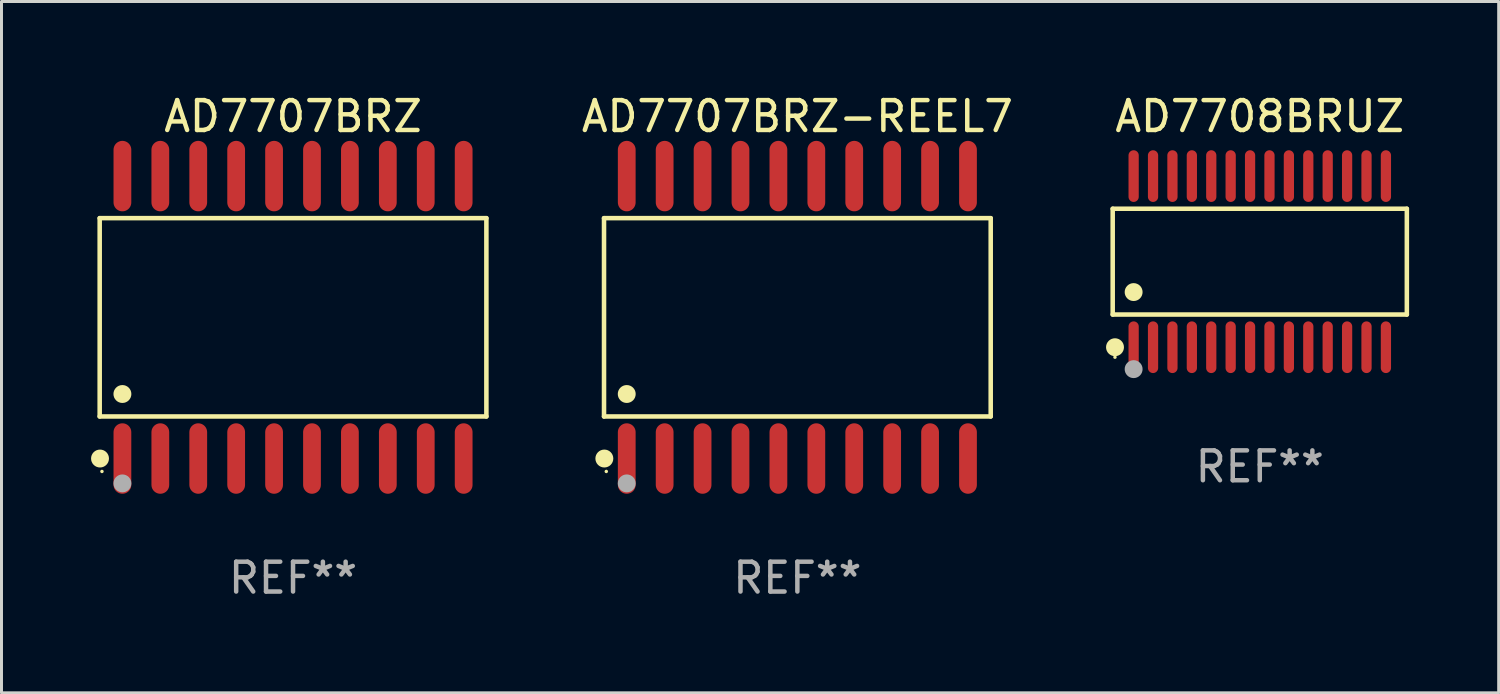
<source format=kicad_pcb>
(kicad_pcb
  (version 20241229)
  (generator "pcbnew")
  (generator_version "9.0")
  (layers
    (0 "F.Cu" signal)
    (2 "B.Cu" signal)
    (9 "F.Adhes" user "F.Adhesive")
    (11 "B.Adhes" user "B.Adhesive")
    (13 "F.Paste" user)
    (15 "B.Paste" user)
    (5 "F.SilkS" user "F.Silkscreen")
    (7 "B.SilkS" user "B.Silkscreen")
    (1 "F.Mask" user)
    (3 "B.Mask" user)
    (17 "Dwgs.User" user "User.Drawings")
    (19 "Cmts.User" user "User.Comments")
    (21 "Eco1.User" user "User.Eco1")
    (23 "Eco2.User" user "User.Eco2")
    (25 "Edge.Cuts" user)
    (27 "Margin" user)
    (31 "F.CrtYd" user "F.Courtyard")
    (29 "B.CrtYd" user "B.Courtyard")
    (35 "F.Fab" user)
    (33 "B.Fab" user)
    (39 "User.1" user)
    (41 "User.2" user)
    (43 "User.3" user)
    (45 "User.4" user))
  (footprint "AD7708BRUZ"
    (layer "F.Cu")
    (at 39.145 5.714)
    (property "Reference" "AD7708BRUZ" (at 0 -4.866 0) (layer "F.SilkS") (effects (font (size 1 1) (thickness 0.15))))
    (attr through_hole)
    (fp_line (start -4.926 -1.772) (end 4.926 -1.772) (stroke (width 0.152) (type solid)) (layer "F.SilkS"))
    (fp_line (start -4.926 1.771) (end -4.926 -1.772) (stroke (width 0.152) (type solid)) (layer "F.SilkS"))
    (fp_line (start 4.926 -1.772) (end 4.926 1.771) (stroke (width 0.152) (type solid)) (layer "F.SilkS"))
    (fp_line (start 4.926 1.771) (end -4.926 1.771) (stroke (width 0.152) (type solid)) (layer "F.SilkS"))
    (fp_circle (center -4.85 3.2) (end -4.82 3.2) (stroke (width 0.06) (type solid)) (fill no) (layer "F.SilkS"))
    (fp_circle (center -4.849 2.866) (end -4.699 2.866) (stroke (width 0.3) (type solid)) (fill no) (layer "F.SilkS"))
    (fp_circle (center -4.225 1.019) (end -4.075 1.019) (stroke (width 0.3) (type solid)) (fill no) (layer "F.SilkS"))
    (fp_circle (center -4.225 3.6) (end -4.075 3.6) (stroke (width 0.3) (type solid)) (fill no) (layer "F.Fab"))
    (fp_text user "REF**" (at 0 6.866 0) (layer "F.Fab") (effects (font (size 1 1) (thickness 0.15))))
    (pad "1" smd oval (at -4.225 2.866) (size 0.343 1.731) (layers "F.Cu" "F.Mask" "F.Paste"))
    (pad "2" smd oval (at -3.575 2.866) (size 0.343 1.731) (layers "F.Cu" "F.Mask" "F.Paste"))
    (pad "3" smd oval (at -2.925 2.866) (size 0.343 1.731) (layers "F.Cu" "F.Mask" "F.Paste"))
    (pad "4" smd oval (at -2.275 2.866) (size 0.343 1.731) (layers "F.Cu" "F.Mask" "F.Paste"))
    (pad "5" smd oval (at -1.625 2.866) (size 0.343 1.731) (layers "F.Cu" "F.Mask" "F.Paste"))
    (pad "6" smd oval (at -0.975 2.866) (size 0.343 1.731) (layers "F.Cu" "F.Mask" "F.Paste"))
    (pad "7" smd oval (at -0.325 2.866) (size 0.343 1.731) (layers "F.Cu" "F.Mask" "F.Paste"))
    (pad "8" smd oval (at 0.325 2.866) (size 0.343 1.731) (layers "F.Cu" "F.Mask" "F.Paste"))
    (pad "9" smd oval (at 0.975 2.866) (size 0.343 1.731) (layers "F.Cu" "F.Mask" "F.Paste"))
    (pad "10" smd oval (at 1.625 2.866) (size 0.343 1.731) (layers "F.Cu" "F.Mask" "F.Paste"))
    (pad "11" smd oval (at 2.275 2.866) (size 0.343 1.731) (layers "F.Cu" "F.Mask" "F.Paste"))
    (pad "12" smd oval (at 2.925 2.866) (size 0.343 1.731) (layers "F.Cu" "F.Mask" "F.Paste"))
    (pad "13" smd oval (at 3.575 2.866) (size 0.343 1.731) (layers "F.Cu" "F.Mask" "F.Paste"))
    (pad "14" smd oval (at 4.225 2.866) (size 0.343 1.731) (layers "F.Cu" "F.Mask" "F.Paste"))
    (pad "15" smd oval (at 4.225 -2.866) (size 0.343 1.731) (layers "F.Cu" "F.Mask" "F.Paste"))
    (pad "16" smd oval (at 3.575 -2.866) (size 0.343 1.731) (layers "F.Cu" "F.Mask" "F.Paste"))
    (pad "17" smd oval (at 2.925 -2.866) (size 0.343 1.731) (layers "F.Cu" "F.Mask" "F.Paste"))
    (pad "18" smd oval (at 2.275 -2.866) (size 0.343 1.731) (layers "F.Cu" "F.Mask" "F.Paste"))
    (pad "19" smd oval (at 1.625 -2.866) (size 0.343 1.731) (layers "F.Cu" "F.Mask" "F.Paste"))
    (pad "20" smd oval (at 0.975 -2.866) (size 0.343 1.731) (layers "F.Cu" "F.Mask" "F.Paste"))
    (pad "21" smd oval (at 0.325 -2.866) (size 0.343 1.731) (layers "F.Cu" "F.Mask" "F.Paste"))
    (pad "22" smd oval (at -0.325 -2.866) (size 0.343 1.731) (layers "F.Cu" "F.Mask" "F.Paste"))
    (pad "23" smd oval (at -0.975 -2.866) (size 0.343 1.731) (layers "F.Cu" "F.Mask" "F.Paste"))
    (pad "24" smd oval (at -1.625 -2.866) (size 0.343 1.731) (layers "F.Cu" "F.Mask" "F.Paste"))
    (pad "25" smd oval (at -2.275 -2.866) (size 0.343 1.731) (layers "F.Cu" "F.Mask" "F.Paste"))
    (pad "26" smd oval (at -2.925 -2.866) (size 0.343 1.731) (layers "F.Cu" "F.Mask" "F.Paste"))
    (pad "27" smd oval (at -3.575 -2.866) (size 0.343 1.731) (layers "F.Cu" "F.Mask" "F.Paste"))
    (pad "28" smd oval (at -4.225 -2.866) (size 0.343 1.731) (layers "F.Cu" "F.Mask" "F.Paste")))
  (footprint "AD7707BRZ"
    (layer "F.Cu")
    (at 6.765 7.578)
    (property "Reference" "AD7707BRZ" (at 0 -6.73 0) (layer "F.SilkS") (effects (font (size 1 1) (thickness 0.15))))
    (attr through_hole)
    (fp_line (start -6.476 -3.321) (end 6.476 -3.321) (stroke (width 0.152) (type solid)) (layer "F.SilkS"))
    (fp_line (start -6.476 3.321) (end -6.476 -3.321) (stroke (width 0.152) (type solid)) (layer "F.SilkS"))
    (fp_line (start 6.476 -3.321) (end 6.476 3.321) (stroke (width 0.152) (type solid)) (layer "F.SilkS"))
    (fp_line (start 6.476 3.321) (end -6.476 3.321) (stroke (width 0.152) (type solid)) (layer "F.SilkS"))
    (fp_circle (center -6.465 4.73) (end -6.315 4.73) (stroke (width 0.3) (type solid)) (fill no) (layer "F.SilkS"))
    (fp_circle (center -6.4 5.163) (end -6.37 5.163) (stroke (width 0.06) (type solid)) (fill no) (layer "F.SilkS"))
    (fp_circle (center -5.715 2.569) (end -5.565 2.569) (stroke (width 0.3) (type solid)) (fill no) (layer "F.SilkS"))
    (fp_circle (center -5.715 5.563) (end -5.565 5.563) (stroke (width 0.3) (type solid)) (fill no) (layer "F.Fab"))
    (fp_text user "REF**" (at 0 8.73 0) (layer "F.Fab") (effects (font (size 1 1) (thickness 0.15))))
    (pad "1" smd oval (at -5.715 4.73) (size 0.595 2.36) (layers "F.Cu" "F.Mask" "F.Paste"))
    (pad "2" smd oval (at -4.445 4.73) (size 0.595 2.36) (layers "F.Cu" "F.Mask" "F.Paste"))
    (pad "3" smd oval (at -3.175 4.73) (size 0.595 2.36) (layers "F.Cu" "F.Mask" "F.Paste"))
    (pad "4" smd oval (at -1.905 4.73) (size 0.595 2.36) (layers "F.Cu" "F.Mask" "F.Paste"))
    (pad "5" smd oval (at -0.635 4.73) (size 0.595 2.36) (layers "F.Cu" "F.Mask" "F.Paste"))
    (pad "6" smd oval (at 0.635 4.73) (size 0.595 2.36) (layers "F.Cu" "F.Mask" "F.Paste"))
    (pad "7" smd oval (at 1.905 4.73) (size 0.595 2.36) (layers "F.Cu" "F.Mask" "F.Paste"))
    (pad "8" smd oval (at 3.175 4.73) (size 0.595 2.36) (layers "F.Cu" "F.Mask" "F.Paste"))
    (pad "9" smd oval (at 4.445 4.73) (size 0.595 2.36) (layers "F.Cu" "F.Mask" "F.Paste"))
    (pad "10" smd oval (at 5.715 4.73) (size 0.595 2.36) (layers "F.Cu" "F.Mask" "F.Paste"))
    (pad "11" smd oval (at 5.715 -4.73) (size 0.595 2.36) (layers "F.Cu" "F.Mask" "F.Paste"))
    (pad "12" smd oval (at 4.445 -4.73) (size 0.595 2.36) (layers "F.Cu" "F.Mask" "F.Paste"))
    (pad "13" smd oval (at 3.175 -4.73) (size 0.595 2.36) (layers "F.Cu" "F.Mask" "F.Paste"))
    (pad "14" smd oval (at 1.905 -4.73) (size 0.595 2.36) (layers "F.Cu" "F.Mask" "F.Paste"))
    (pad "15" smd oval (at 0.635 -4.73) (size 0.595 2.36) (layers "F.Cu" "F.Mask" "F.Paste"))
    (pad "16" smd oval (at -0.635 -4.73) (size 0.595 2.36) (layers "F.Cu" "F.Mask" "F.Paste"))
    (pad "17" smd oval (at -1.905 -4.73) (size 0.595 2.36) (layers "F.Cu" "F.Mask" "F.Paste"))
    (pad "18" smd oval (at -3.175 -4.73) (size 0.595 2.36) (layers "F.Cu" "F.Mask" "F.Paste"))
    (pad "19" smd oval (at -4.445 -4.73) (size 0.595 2.36) (layers "F.Cu" "F.Mask" "F.Paste"))
    (pad "20" smd oval (at -5.715 -4.73) (size 0.595 2.36) (layers "F.Cu" "F.Mask" "F.Paste")))
  (footprint "AD7707BRZ-REEL7"
    (layer "F.Cu")
    (at 23.657 7.578)
    (property "Reference" "AD7707BRZ-REEL7" (at 0 -6.73 0) (layer "F.SilkS") (effects (font (size 1 1) (thickness 0.15))))
    (attr through_hole)
    (fp_line (start -6.476 -3.321) (end 6.476 -3.321) (stroke (width 0.152) (type solid)) (layer "F.SilkS"))
    (fp_line (start -6.476 3.321) (end -6.476 -3.321) (stroke (width 0.152) (type solid)) (layer "F.SilkS"))
    (fp_line (start 6.476 -3.321) (end 6.476 3.321) (stroke (width 0.152) (type solid)) (layer "F.SilkS"))
    (fp_line (start 6.476 3.321) (end -6.476 3.321) (stroke (width 0.152) (type solid)) (layer "F.SilkS"))
    (fp_circle (center -6.465 4.73) (end -6.315 4.73) (stroke (width 0.3) (type solid)) (fill no) (layer "F.SilkS"))
    (fp_circle (center -6.4 5.163) (end -6.37 5.163) (stroke (width 0.06) (type solid)) (fill no) (layer "F.SilkS"))
    (fp_circle (center -5.715 2.569) (end -5.565 2.569) (stroke (width 0.3) (type solid)) (fill no) (layer "F.SilkS"))
    (fp_circle (center -5.715 5.563) (end -5.565 5.563) (stroke (width 0.3) (type solid)) (fill no) (layer "F.Fab"))
    (fp_text user "REF**" (at 0 8.73 0) (layer "F.Fab") (effects (font (size 1 1) (thickness 0.15))))
    (pad "1" smd oval (at -5.715 4.73) (size 0.595 2.36) (layers "F.Cu" "F.Mask" "F.Paste"))
    (pad "2" smd oval (at -4.445 4.73) (size 0.595 2.36) (layers "F.Cu" "F.Mask" "F.Paste"))
    (pad "3" smd oval (at -3.175 4.73) (size 0.595 2.36) (layers "F.Cu" "F.Mask" "F.Paste"))
    (pad "4" smd oval (at -1.905 4.73) (size 0.595 2.36) (layers "F.Cu" "F.Mask" "F.Paste"))
    (pad "5" smd oval (at -0.635 4.73) (size 0.595 2.36) (layers "F.Cu" "F.Mask" "F.Paste"))
    (pad "6" smd oval (at 0.635 4.73) (size 0.595 2.36) (layers "F.Cu" "F.Mask" "F.Paste"))
    (pad "7" smd oval (at 1.905 4.73) (size 0.595 2.36) (layers "F.Cu" "F.Mask" "F.Paste"))
    (pad "8" smd oval (at 3.175 4.73) (size 0.595 2.36) (layers "F.Cu" "F.Mask" "F.Paste"))
    (pad "9" smd oval (at 4.445 4.73) (size 0.595 2.36) (layers "F.Cu" "F.Mask" "F.Paste"))
    (pad "10" smd oval (at 5.715 4.73) (size 0.595 2.36) (layers "F.Cu" "F.Mask" "F.Paste"))
    (pad "11" smd oval (at 5.715 -4.73) (size 0.595 2.36) (layers "F.Cu" "F.Mask" "F.Paste"))
    (pad "12" smd oval (at 4.445 -4.73) (size 0.595 2.36) (layers "F.Cu" "F.Mask" "F.Paste"))
    (pad "13" smd oval (at 3.175 -4.73) (size 0.595 2.36) (layers "F.Cu" "F.Mask" "F.Paste"))
    (pad "14" smd oval (at 1.905 -4.73) (size 0.595 2.36) (layers "F.Cu" "F.Mask" "F.Paste"))
    (pad "15" smd oval (at 0.635 -4.73) (size 0.595 2.36) (layers "F.Cu" "F.Mask" "F.Paste"))
    (pad "16" smd oval (at -0.635 -4.73) (size 0.595 2.36) (layers "F.Cu" "F.Mask" "F.Paste"))
    (pad "17" smd oval (at -1.905 -4.73) (size 0.595 2.36) (layers "F.Cu" "F.Mask" "F.Paste"))
    (pad "18" smd oval (at -3.175 -4.73) (size 0.595 2.36) (layers "F.Cu" "F.Mask" "F.Paste"))
    (pad "19" smd oval (at -4.445 -4.73) (size 0.595 2.36) (layers "F.Cu" "F.Mask" "F.Paste"))
    (pad "20" smd oval (at -5.715 -4.73) (size 0.595 2.36) (layers "F.Cu" "F.Mask" "F.Paste")))
  (gr_rect
    (start -3 -3)
    (end 47.147 20.156)
    (stroke (width 0.1) (type default))
    (fill no)
    (layer "Edge.Cuts")))
</source>
